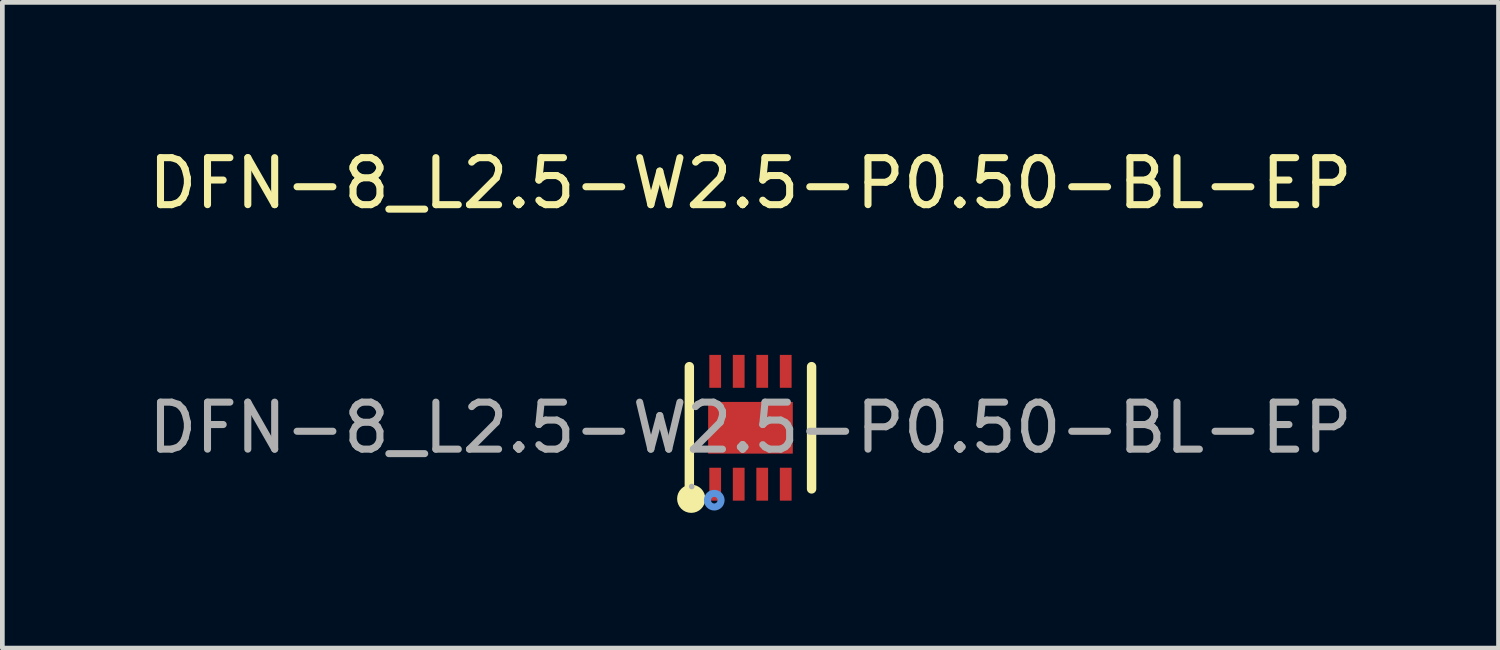
<source format=kicad_pcb>
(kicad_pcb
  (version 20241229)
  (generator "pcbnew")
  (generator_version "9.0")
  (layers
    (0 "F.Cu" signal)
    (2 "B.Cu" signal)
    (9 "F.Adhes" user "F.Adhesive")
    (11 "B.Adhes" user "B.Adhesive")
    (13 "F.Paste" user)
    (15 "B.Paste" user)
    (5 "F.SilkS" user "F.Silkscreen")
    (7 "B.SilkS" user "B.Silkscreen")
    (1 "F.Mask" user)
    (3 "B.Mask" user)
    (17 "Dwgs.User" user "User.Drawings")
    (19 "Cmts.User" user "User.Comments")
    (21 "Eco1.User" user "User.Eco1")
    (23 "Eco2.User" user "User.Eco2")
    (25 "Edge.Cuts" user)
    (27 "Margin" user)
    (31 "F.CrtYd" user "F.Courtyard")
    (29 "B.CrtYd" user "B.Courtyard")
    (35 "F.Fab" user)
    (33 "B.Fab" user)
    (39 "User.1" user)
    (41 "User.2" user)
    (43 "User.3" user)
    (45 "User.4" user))
  (footprint "DFN-8_L2.5-W2.5-P0.50-BL-EP"
    (layer "F.Cu")
    (at 12.911 6.048)
    (property "Reference" "DFN-8_L2.5-W2.5-P0.50-BL-EP" (at 0 -5.2 0) (layer "F.SilkS") (effects (font (size 1 1) (thickness 0.15))))
    (attr through_hole)
    (fp_line (start -1.3 1.3) (end -1.3 -1.3) (stroke (width 0.2) (type solid)) (layer "F.SilkS"))
    (fp_line (start 1.3 1.3) (end 1.3 -1.3) (stroke (width 0.2) (type solid)) (layer "F.SilkS"))
    (fp_arc (start -1.26 1.51) (mid -1.26 1.51) (end -1.26 1.51) (stroke (width 0.3) (type solid)) (layer "F.SilkS"))
    (fp_circle (center -0.77 1.54) (end -0.7 1.54) (stroke (width 0.15) (type solid)) (fill no) (layer "Cmts.User"))
    (fp_circle (center -1.25 1.25) (end -1.22 1.25) (stroke (width 0.06) (type solid)) (fill no) (layer "F.Fab"))
    (fp_text user "${REFERENCE}" (at 0 0 0) (layer "F.Fab") (effects (font (size 1 1) (thickness 0.15))))
    (pad "1" smd rect (at -0.75 1.2) (size 0.25 0.7) (layers "F.Cu" "F.Mask" "F.Paste"))
    (pad "2" smd rect (at -0.25 1.2) (size 0.25 0.7) (layers "F.Cu" "F.Mask" "F.Paste"))
    (pad "3" smd rect (at 0.25 1.2) (size 0.25 0.7) (layers "F.Cu" "F.Mask" "F.Paste"))
    (pad "4" smd rect (at 0.75 1.2) (size 0.25 0.7) (layers "F.Cu" "F.Mask" "F.Paste"))
    (pad "5" smd rect (at 0.75 -1.2) (size 0.25 0.7) (layers "F.Cu" "F.Mask" "F.Paste"))
    (pad "6" smd rect (at 0.25 -1.2) (size 0.25 0.7) (layers "F.Cu" "F.Mask" "F.Paste"))
    (pad "7" smd rect (at -0.25 -1.2) (size 0.25 0.7) (layers "F.Cu" "F.Mask" "F.Paste"))
    (pad "8" smd rect (at -0.75 -1.2) (size 0.25 0.7) (layers "F.Cu" "F.Mask" "F.Paste"))
    (pad "9" smd rect (at 0 0) (size 1.8 1.1) (layers "F.Cu" "F.Mask" "F.Paste")))
  (gr_rect
    (start -3 -3)
    (end 28.821 10.733)
    (stroke (width 0.1) (type default))
    (fill no)
    (layer "Edge.Cuts")))
</source>
